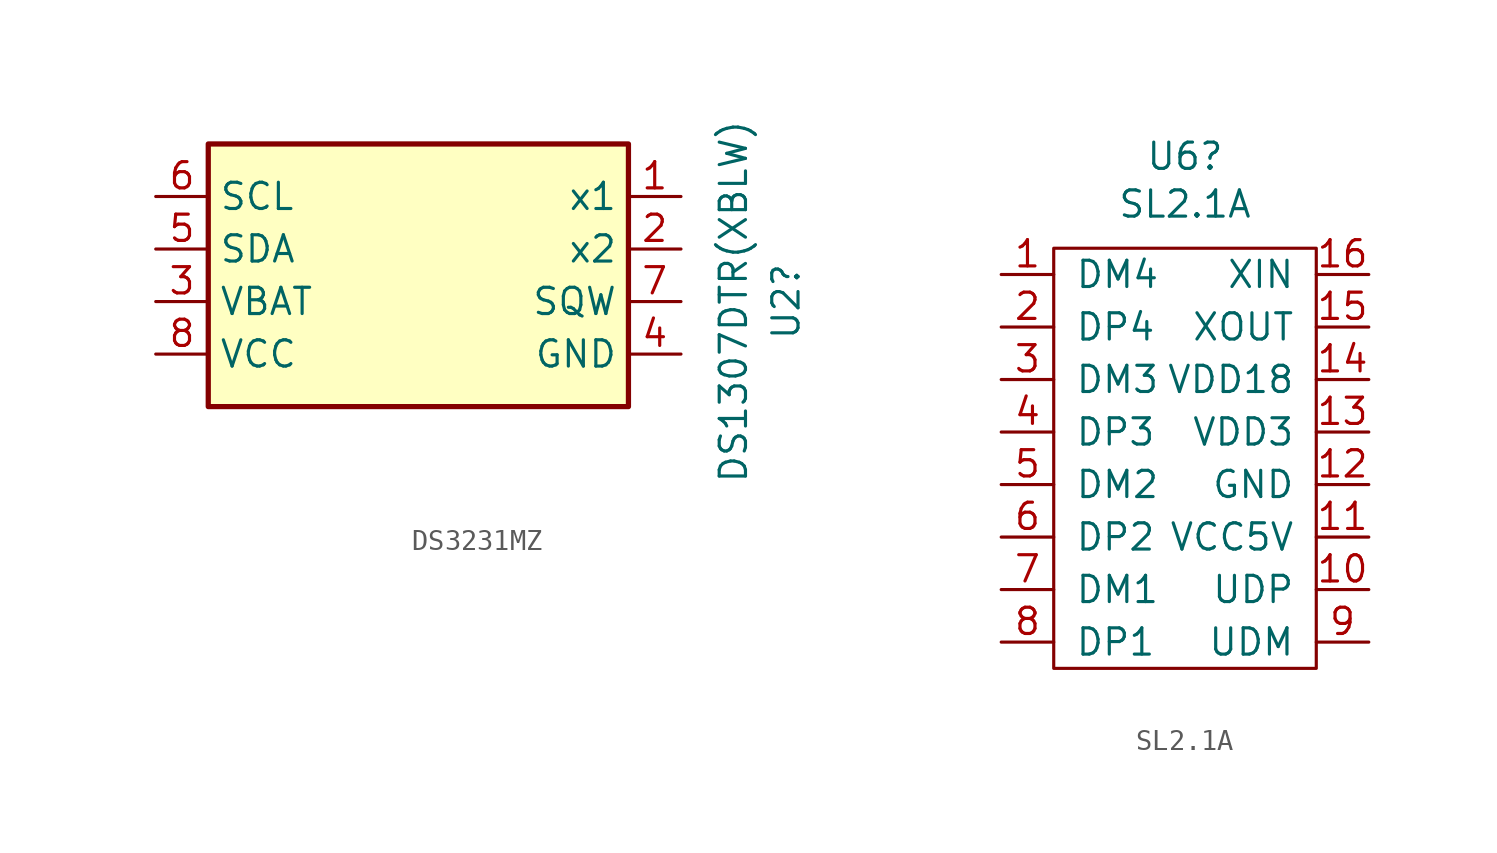
<source format=kicad_sym>
(kicad_symbol_lib
  (version 20231120)
  (generator "kicad_symbol_editor")
  (generator_version "8.0")
  (symbol "DS3231MZ"
    (property "Reference" "U2"
      (at 17.78 0 90)
      (effects (font (size 1.27 1.27))))
    (property "Value" "DS1307DTR(XBLW)"
      (at 15.24 0 90)
      (effects (font (size 1.27 1.27))))
    (symbol "DS3231MZ_0_1"
      (rectangle (start -10.16 7.62) (end 10.16 -5.08) (stroke (width 0.254) (type default)) (fill (type background))))
    (symbol "DS3231MZ_1_1"
      (pin open_collector line (at 12.7 5.08 180) (length 2.54) (name "x1" (effects (font (size 1.27 1.27)))) (number "1" (effects (font (size 1.27 1.27)))))
      (pin open_collector line (at 12.7 2.54 180) (length 2.54) (name "x2" (effects (font (size 1.27 1.27)))) (number "2" (effects (font (size 1.27 1.27)))))
      (pin power_in line (at -12.7 0 0) (length 2.54) (name "VBAT" (effects (font (size 1.27 1.27)))) (number "3" (effects (font (size 1.27 1.27)))))
      (pin power_in line (at 12.7 -2.54 180) (length 2.54) (name "GND" (effects (font (size 1.27 1.27)))) (number "4" (effects (font (size 1.27 1.27)))))
      (pin bidirectional line (at -12.7 2.54 0) (length 2.54) (name "SDA" (effects (font (size 1.27 1.27)))) (number "5" (effects (font (size 1.27 1.27)))))
      (pin input line (at -12.7 5.08 0) (length 2.54) (name "SCL" (effects (font (size 1.27 1.27)))) (number "6" (effects (font (size 1.27 1.27)))))
      (pin bidirectional line (at 12.7 0 180) (length 2.54) (name "SQW" (effects (font (size 1.27 1.27)))) (number "7" (effects (font (size 1.27 1.27)))))
      (pin power_in line (at -12.7 -2.54 0) (length 2.54) (name "VCC" (effects (font (size 1.27 1.27)))) (number "8" (effects (font (size 1.27 1.27)))))))
  (symbol "SL2.1A"
    (pin_names
      (offset 1.016))
    (property "Reference" "U6"
      (at 1.27 24.765 0)
      (effects (font (size 1.27 1.27))))
    (property "Value" "SL2.1A"
      (at 1.27 22.454 0)
      (effects (font (size 1.27 1.27))))
    (symbol "SL2.1A_0_1"
      (rectangle (start -5.08 20.32) (end 7.62 0) (stroke (width 0) (type solid)) (fill (type none))))
    (symbol "SL2.1A_1_1"
      (pin output line (at -7.62 19.05 0) (length 2.54) (name "DM4" (effects (font (size 1.27 1.27)))) (number "1" (effects (font (size 1.27 1.27)))))
      (pin input line (at 10.16 3.81 180) (length 2.54) (name "UDP" (effects (font (size 1.27 1.27)))) (number "10" (effects (font (size 1.27 1.27)))))
      (pin power_in line (at 10.16 6.35 180) (length 2.54) (name "VCC5V" (effects (font (size 1.27 1.27)))) (number "11" (effects (font (size 1.27 1.27)))))
      (pin power_in line (at 10.16 8.89 180) (length 2.54) (name "GND" (effects (font (size 1.27 1.27)))) (number "12" (effects (font (size 1.27 1.27)))))
      (pin power_out line (at 10.16 11.43 180) (length 2.54) (name "VDD3" (effects (font (size 1.27 1.27)))) (number "13" (effects (font (size 1.27 1.27)))))
      (pin power_out line (at 10.16 13.97 180) (length 2.54) (name "VDD18" (effects (font (size 1.27 1.27)))) (number "14" (effects (font (size 1.27 1.27)))))
      (pin bidirectional line (at 10.16 16.51 180) (length 2.54) (name "XOUT" (effects (font (size 1.27 1.27)))) (number "15" (effects (font (size 1.27 1.27)))))
      (pin power_in line (at 10.16 19.05 180) (length 2.54) (name "XIN" (effects (font (size 1.27 1.27)))) (number "16" (effects (font (size 1.27 1.27)))))
      (pin output line (at -7.62 16.51 0) (length 2.54) (name "DP4" (effects (font (size 1.27 1.27)))) (number "2" (effects (font (size 1.27 1.27)))))
      (pin output line (at -7.62 13.97 0) (length 2.54) (name "DM3" (effects (font (size 1.27 1.27)))) (number "3" (effects (font (size 1.27 1.27)))))
      (pin output line (at -7.62 11.43 0) (length 2.54) (name "DP3" (effects (font (size 1.27 1.27)))) (number "4" (effects (font (size 1.27 1.27)))))
      (pin output line (at -7.62 8.89 0) (length 2.54) (name "DM2" (effects (font (size 1.27 1.27)))) (number "5" (effects (font (size 1.27 1.27)))))
      (pin output line (at -7.62 6.35 0) (length 2.54) (name "DP2" (effects (font (size 1.27 1.27)))) (number "6" (effects (font (size 1.27 1.27)))))
      (pin output line (at -7.62 3.81 0) (length 2.54) (name "DM1" (effects (font (size 1.27 1.27)))) (number "7" (effects (font (size 1.27 1.27)))))
      (pin output line (at -7.62 1.27 0) (length 2.54) (name "DP1" (effects (font (size 1.27 1.27)))) (number "8" (effects (font (size 1.27 1.27)))))
      (pin input line (at 10.16 1.27 180) (length 2.54) (name "UDM" (effects (font (size 1.27 1.27)))) (number "9" (effects (font (size 1.27 1.27))))))))
</source>
